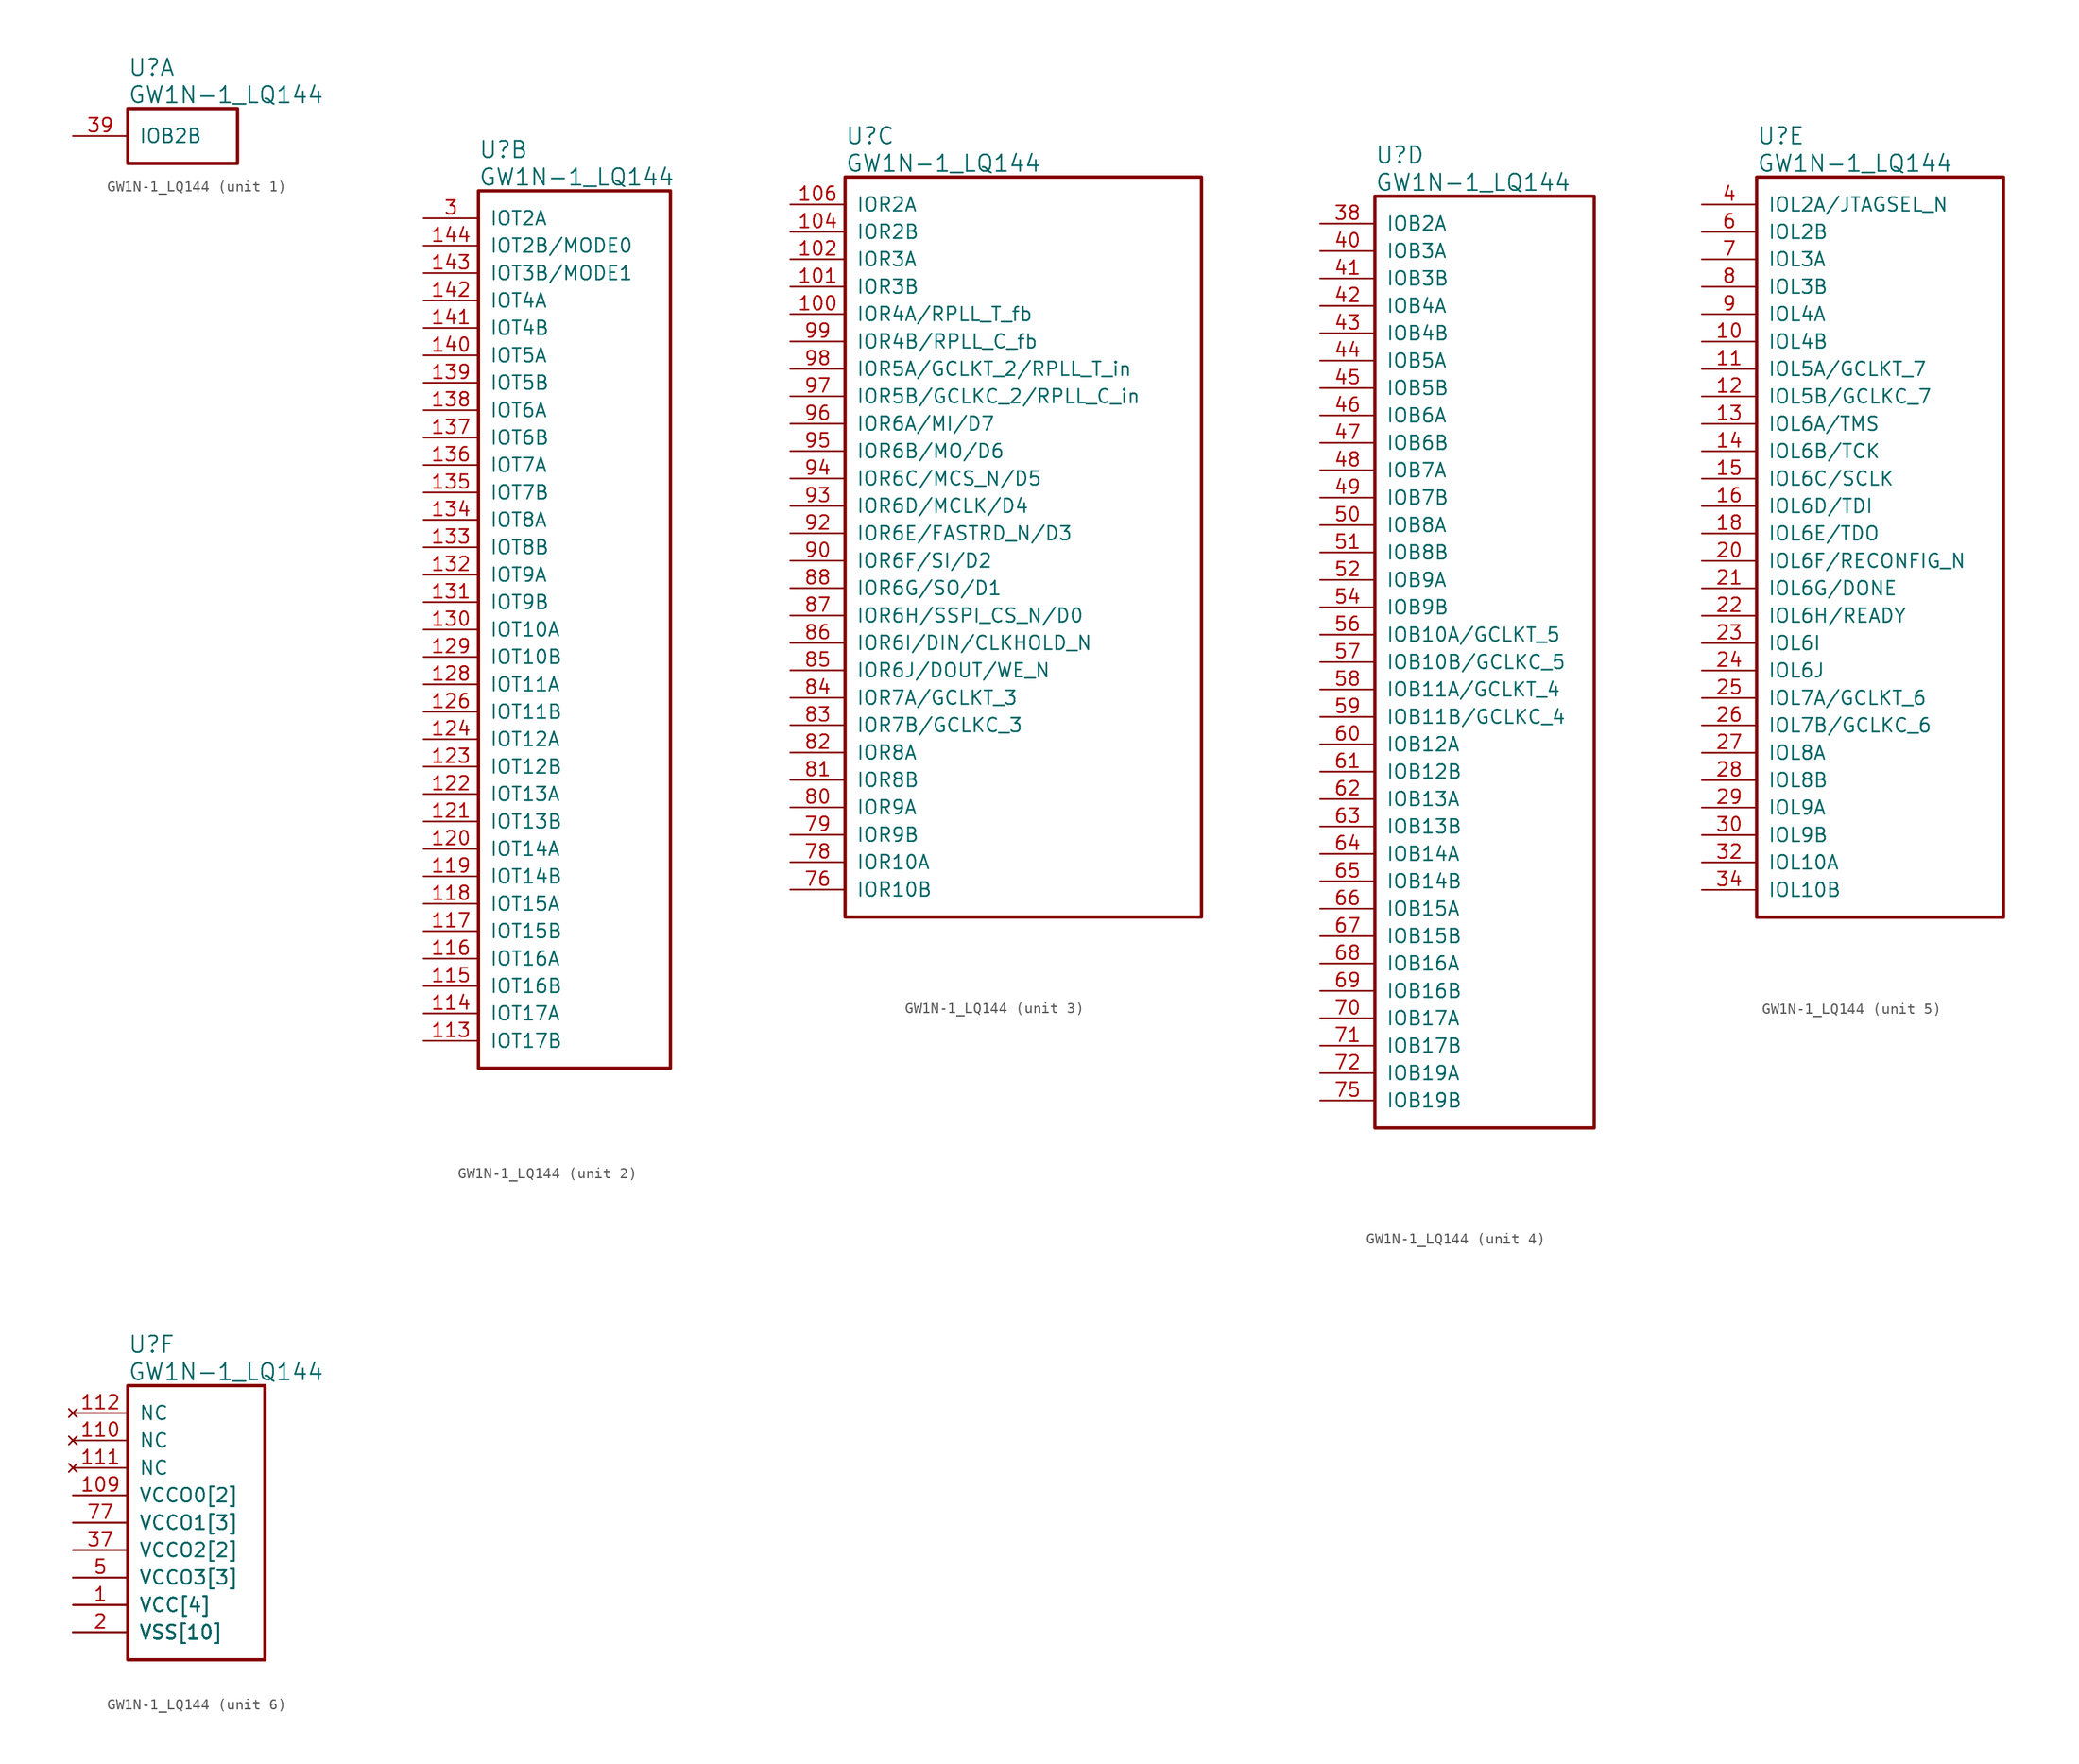
<source format=kicad_sym>
(kicad_symbol_lib
  (version 20220914)
  (generator kicad_symbol_editor)
  (symbol "GW1N-1_LQ144"
    (pin_names
      (offset 1.016))
    (property "Reference" "U"
      (at 5.08 6.35 0)
      (effects (font (size 1.524 1.524)) (justify left)))
    (property "Value" "GW1N-1_LQ144"
      (at 5.08 3.81 0)
      (effects (font (size 1.524 1.524)) (justify left)))
    (property "ki_locked" ""
      (at 0 0 0)
      (effects (font (size 1.27 1.27))))
    (symbol "GW1N-1_LQ144_1_1"
      (rectangle (start 5.08 2.54) (end 15.24 -2.54) (stroke (width 0.305) (type solid)) (fill (type none)))
      (pin bidirectional line (at 0 0 0) (length 5.08) (name "IOB2B" (effects (font (size 1.27 1.27)))) (number "39" (effects (font (size 1.27 1.27))))))
    (symbol "GW1N-1_LQ144_2_1"
      (rectangle (start 5.08 2.54) (end 22.86 -78.74) (stroke (width 0.305) (type solid)) (fill (type none)))
      (pin bidirectional line (at 0 -76.2 0) (length 5.08) (name "IOT17B" (effects (font (size 1.27 1.27)))) (number "113" (effects (font (size 1.27 1.27)))))
      (pin bidirectional line (at 0 -73.66 0) (length 5.08) (name "IOT17A" (effects (font (size 1.27 1.27)))) (number "114" (effects (font (size 1.27 1.27)))))
      (pin bidirectional line (at 0 -71.12 0) (length 5.08) (name "IOT16B" (effects (font (size 1.27 1.27)))) (number "115" (effects (font (size 1.27 1.27)))))
      (pin bidirectional line (at 0 -68.58 0) (length 5.08) (name "IOT16A" (effects (font (size 1.27 1.27)))) (number "116" (effects (font (size 1.27 1.27)))))
      (pin bidirectional line (at 0 -66.04 0) (length 5.08) (name "IOT15B" (effects (font (size 1.27 1.27)))) (number "117" (effects (font (size 1.27 1.27)))))
      (pin bidirectional line (at 0 -63.5 0) (length 5.08) (name "IOT15A" (effects (font (size 1.27 1.27)))) (number "118" (effects (font (size 1.27 1.27)))))
      (pin bidirectional line (at 0 -60.96 0) (length 5.08) (name "IOT14B" (effects (font (size 1.27 1.27)))) (number "119" (effects (font (size 1.27 1.27)))))
      (pin bidirectional line (at 0 -58.42 0) (length 5.08) (name "IOT14A" (effects (font (size 1.27 1.27)))) (number "120" (effects (font (size 1.27 1.27)))))
      (pin bidirectional line (at 0 -55.88 0) (length 5.08) (name "IOT13B" (effects (font (size 1.27 1.27)))) (number "121" (effects (font (size 1.27 1.27)))))
      (pin bidirectional line (at 0 -53.34 0) (length 5.08) (name "IOT13A" (effects (font (size 1.27 1.27)))) (number "122" (effects (font (size 1.27 1.27)))))
      (pin bidirectional line (at 0 -50.8 0) (length 5.08) (name "IOT12B" (effects (font (size 1.27 1.27)))) (number "123" (effects (font (size 1.27 1.27)))))
      (pin bidirectional line (at 0 -48.26 0) (length 5.08) (name "IOT12A" (effects (font (size 1.27 1.27)))) (number "124" (effects (font (size 1.27 1.27)))))
      (pin bidirectional line (at 0 -45.72 0) (length 5.08) (name "IOT11B" (effects (font (size 1.27 1.27)))) (number "126" (effects (font (size 1.27 1.27)))))
      (pin bidirectional line (at 0 -43.18 0) (length 5.08) (name "IOT11A" (effects (font (size 1.27 1.27)))) (number "128" (effects (font (size 1.27 1.27)))))
      (pin bidirectional line (at 0 -40.64 0) (length 5.08) (name "IOT10B" (effects (font (size 1.27 1.27)))) (number "129" (effects (font (size 1.27 1.27)))))
      (pin bidirectional line (at 0 -38.1 0) (length 5.08) (name "IOT10A" (effects (font (size 1.27 1.27)))) (number "130" (effects (font (size 1.27 1.27)))))
      (pin bidirectional line (at 0 -35.56 0) (length 5.08) (name "IOT9B" (effects (font (size 1.27 1.27)))) (number "131" (effects (font (size 1.27 1.27)))))
      (pin bidirectional line (at 0 -33.02 0) (length 5.08) (name "IOT9A" (effects (font (size 1.27 1.27)))) (number "132" (effects (font (size 1.27 1.27)))))
      (pin bidirectional line (at 0 -30.48 0) (length 5.08) (name "IOT8B" (effects (font (size 1.27 1.27)))) (number "133" (effects (font (size 1.27 1.27)))))
      (pin bidirectional line (at 0 -27.94 0) (length 5.08) (name "IOT8A" (effects (font (size 1.27 1.27)))) (number "134" (effects (font (size 1.27 1.27)))))
      (pin bidirectional line (at 0 -25.4 0) (length 5.08) (name "IOT7B" (effects (font (size 1.27 1.27)))) (number "135" (effects (font (size 1.27 1.27)))))
      (pin bidirectional line (at 0 -22.86 0) (length 5.08) (name "IOT7A" (effects (font (size 1.27 1.27)))) (number "136" (effects (font (size 1.27 1.27)))))
      (pin bidirectional line (at 0 -20.32 0) (length 5.08) (name "IOT6B" (effects (font (size 1.27 1.27)))) (number "137" (effects (font (size 1.27 1.27)))))
      (pin bidirectional line (at 0 -17.78 0) (length 5.08) (name "IOT6A" (effects (font (size 1.27 1.27)))) (number "138" (effects (font (size 1.27 1.27)))))
      (pin bidirectional line (at 0 -15.24 0) (length 5.08) (name "IOT5B" (effects (font (size 1.27 1.27)))) (number "139" (effects (font (size 1.27 1.27)))))
      (pin bidirectional line (at 0 -12.7 0) (length 5.08) (name "IOT5A" (effects (font (size 1.27 1.27)))) (number "140" (effects (font (size 1.27 1.27)))))
      (pin bidirectional line (at 0 -10.16 0) (length 5.08) (name "IOT4B" (effects (font (size 1.27 1.27)))) (number "141" (effects (font (size 1.27 1.27)))))
      (pin bidirectional line (at 0 -7.62 0) (length 5.08) (name "IOT4A" (effects (font (size 1.27 1.27)))) (number "142" (effects (font (size 1.27 1.27)))))
      (pin bidirectional line (at 0 -5.08 0) (length 5.08) (name "IOT3B/MODE1" (effects (font (size 1.27 1.27)))) (number "143" (effects (font (size 1.27 1.27)))))
      (pin bidirectional line (at 0 -2.54 0) (length 5.08) (name "IOT2B/MODE0" (effects (font (size 1.27 1.27)))) (number "144" (effects (font (size 1.27 1.27)))))
      (pin bidirectional line (at 0 0 0) (length 5.08) (name "IOT2A" (effects (font (size 1.27 1.27)))) (number "3" (effects (font (size 1.27 1.27))))))
    (symbol "GW1N-1_LQ144_3_1"
      (rectangle (start 5.08 2.54) (end 38.1 -66.04) (stroke (width 0.305) (type solid)) (fill (type none)))
      (pin bidirectional line (at 0 -10.16 0) (length 5.08) (name "IOR4A/RPLL_T_fb" (effects (font (size 1.27 1.27)))) (number "100" (effects (font (size 1.27 1.27)))))
      (pin bidirectional line (at 0 -7.62 0) (length 5.08) (name "IOR3B" (effects (font (size 1.27 1.27)))) (number "101" (effects (font (size 1.27 1.27)))))
      (pin bidirectional line (at 0 -5.08 0) (length 5.08) (name "IOR3A" (effects (font (size 1.27 1.27)))) (number "102" (effects (font (size 1.27 1.27)))))
      (pin bidirectional line (at 0 -2.54 0) (length 5.08) (name "IOR2B" (effects (font (size 1.27 1.27)))) (number "104" (effects (font (size 1.27 1.27)))))
      (pin bidirectional line (at 0 0 0) (length 5.08) (name "IOR2A" (effects (font (size 1.27 1.27)))) (number "106" (effects (font (size 1.27 1.27)))))
      (pin bidirectional line (at 0 -63.5 0) (length 5.08) (name "IOR10B" (effects (font (size 1.27 1.27)))) (number "76" (effects (font (size 1.27 1.27)))))
      (pin bidirectional line (at 0 -60.96 0) (length 5.08) (name "IOR10A" (effects (font (size 1.27 1.27)))) (number "78" (effects (font (size 1.27 1.27)))))
      (pin bidirectional line (at 0 -58.42 0) (length 5.08) (name "IOR9B" (effects (font (size 1.27 1.27)))) (number "79" (effects (font (size 1.27 1.27)))))
      (pin bidirectional line (at 0 -55.88 0) (length 5.08) (name "IOR9A" (effects (font (size 1.27 1.27)))) (number "80" (effects (font (size 1.27 1.27)))))
      (pin bidirectional line (at 0 -53.34 0) (length 5.08) (name "IOR8B" (effects (font (size 1.27 1.27)))) (number "81" (effects (font (size 1.27 1.27)))))
      (pin bidirectional line (at 0 -50.8 0) (length 5.08) (name "IOR8A" (effects (font (size 1.27 1.27)))) (number "82" (effects (font (size 1.27 1.27)))))
      (pin bidirectional line (at 0 -48.26 0) (length 5.08) (name "IOR7B/GCLKC_3" (effects (font (size 1.27 1.27)))) (number "83" (effects (font (size 1.27 1.27)))))
      (pin bidirectional line (at 0 -45.72 0) (length 5.08) (name "IOR7A/GCLKT_3" (effects (font (size 1.27 1.27)))) (number "84" (effects (font (size 1.27 1.27)))))
      (pin bidirectional line (at 0 -43.18 0) (length 5.08) (name "IOR6J/DOUT/WE_N" (effects (font (size 1.27 1.27)))) (number "85" (effects (font (size 1.27 1.27)))))
      (pin bidirectional line (at 0 -40.64 0) (length 5.08) (name "IOR6I/DIN/CLKHOLD_N" (effects (font (size 1.27 1.27)))) (number "86" (effects (font (size 1.27 1.27)))))
      (pin bidirectional line (at 0 -38.1 0) (length 5.08) (name "IOR6H/SSPI_CS_N/D0" (effects (font (size 1.27 1.27)))) (number "87" (effects (font (size 1.27 1.27)))))
      (pin bidirectional line (at 0 -35.56 0) (length 5.08) (name "IOR6G/SO/D1" (effects (font (size 1.27 1.27)))) (number "88" (effects (font (size 1.27 1.27)))))
      (pin bidirectional line (at 0 -33.02 0) (length 5.08) (name "IOR6F/SI/D2" (effects (font (size 1.27 1.27)))) (number "90" (effects (font (size 1.27 1.27)))))
      (pin bidirectional line (at 0 -30.48 0) (length 5.08) (name "IOR6E/FASTRD_N/D3" (effects (font (size 1.27 1.27)))) (number "92" (effects (font (size 1.27 1.27)))))
      (pin bidirectional line (at 0 -27.94 0) (length 5.08) (name "IOR6D/MCLK/D4" (effects (font (size 1.27 1.27)))) (number "93" (effects (font (size 1.27 1.27)))))
      (pin bidirectional line (at 0 -25.4 0) (length 5.08) (name "IOR6C/MCS_N/D5" (effects (font (size 1.27 1.27)))) (number "94" (effects (font (size 1.27 1.27)))))
      (pin bidirectional line (at 0 -22.86 0) (length 5.08) (name "IOR6B/MO/D6" (effects (font (size 1.27 1.27)))) (number "95" (effects (font (size 1.27 1.27)))))
      (pin bidirectional line (at 0 -20.32 0) (length 5.08) (name "IOR6A/MI/D7" (effects (font (size 1.27 1.27)))) (number "96" (effects (font (size 1.27 1.27)))))
      (pin bidirectional line (at 0 -17.78 0) (length 5.08) (name "IOR5B/GCLKC_2/RPLL_C_in" (effects (font (size 1.27 1.27)))) (number "97" (effects (font (size 1.27 1.27)))))
      (pin bidirectional line (at 0 -15.24 0) (length 5.08) (name "IOR5A/GCLKT_2/RPLL_T_in" (effects (font (size 1.27 1.27)))) (number "98" (effects (font (size 1.27 1.27)))))
      (pin bidirectional line (at 0 -12.7 0) (length 5.08) (name "IOR4B/RPLL_C_fb" (effects (font (size 1.27 1.27)))) (number "99" (effects (font (size 1.27 1.27))))))
    (symbol "GW1N-1_LQ144_4_1"
      (rectangle (start 5.08 2.54) (end 25.4 -83.82) (stroke (width 0.305) (type solid)) (fill (type none)))
      (pin bidirectional line (at 0 0 0) (length 5.08) (name "IOB2A" (effects (font (size 1.27 1.27)))) (number "38" (effects (font (size 1.27 1.27)))))
      (pin bidirectional line (at 0 -2.54 0) (length 5.08) (name "IOB3A" (effects (font (size 1.27 1.27)))) (number "40" (effects (font (size 1.27 1.27)))))
      (pin bidirectional line (at 0 -5.08 0) (length 5.08) (name "IOB3B" (effects (font (size 1.27 1.27)))) (number "41" (effects (font (size 1.27 1.27)))))
      (pin bidirectional line (at 0 -7.62 0) (length 5.08) (name "IOB4A" (effects (font (size 1.27 1.27)))) (number "42" (effects (font (size 1.27 1.27)))))
      (pin bidirectional line (at 0 -10.16 0) (length 5.08) (name "IOB4B" (effects (font (size 1.27 1.27)))) (number "43" (effects (font (size 1.27 1.27)))))
      (pin bidirectional line (at 0 -12.7 0) (length 5.08) (name "IOB5A" (effects (font (size 1.27 1.27)))) (number "44" (effects (font (size 1.27 1.27)))))
      (pin bidirectional line (at 0 -15.24 0) (length 5.08) (name "IOB5B" (effects (font (size 1.27 1.27)))) (number "45" (effects (font (size 1.27 1.27)))))
      (pin bidirectional line (at 0 -17.78 0) (length 5.08) (name "IOB6A" (effects (font (size 1.27 1.27)))) (number "46" (effects (font (size 1.27 1.27)))))
      (pin bidirectional line (at 0 -20.32 0) (length 5.08) (name "IOB6B" (effects (font (size 1.27 1.27)))) (number "47" (effects (font (size 1.27 1.27)))))
      (pin bidirectional line (at 0 -22.86 0) (length 5.08) (name "IOB7A" (effects (font (size 1.27 1.27)))) (number "48" (effects (font (size 1.27 1.27)))))
      (pin bidirectional line (at 0 -25.4 0) (length 5.08) (name "IOB7B" (effects (font (size 1.27 1.27)))) (number "49" (effects (font (size 1.27 1.27)))))
      (pin bidirectional line (at 0 -27.94 0) (length 5.08) (name "IOB8A" (effects (font (size 1.27 1.27)))) (number "50" (effects (font (size 1.27 1.27)))))
      (pin bidirectional line (at 0 -30.48 0) (length 5.08) (name "IOB8B" (effects (font (size 1.27 1.27)))) (number "51" (effects (font (size 1.27 1.27)))))
      (pin bidirectional line (at 0 -33.02 0) (length 5.08) (name "IOB9A" (effects (font (size 1.27 1.27)))) (number "52" (effects (font (size 1.27 1.27)))))
      (pin bidirectional line (at 0 -35.56 0) (length 5.08) (name "IOB9B" (effects (font (size 1.27 1.27)))) (number "54" (effects (font (size 1.27 1.27)))))
      (pin bidirectional line (at 0 -38.1 0) (length 5.08) (name "IOB10A/GCLKT_5" (effects (font (size 1.27 1.27)))) (number "56" (effects (font (size 1.27 1.27)))))
      (pin bidirectional line (at 0 -40.64 0) (length 5.08) (name "IOB10B/GCLKC_5" (effects (font (size 1.27 1.27)))) (number "57" (effects (font (size 1.27 1.27)))))
      (pin bidirectional line (at 0 -43.18 0) (length 5.08) (name "IOB11A/GCLKT_4" (effects (font (size 1.27 1.27)))) (number "58" (effects (font (size 1.27 1.27)))))
      (pin bidirectional line (at 0 -45.72 0) (length 5.08) (name "IOB11B/GCLKC_4" (effects (font (size 1.27 1.27)))) (number "59" (effects (font (size 1.27 1.27)))))
      (pin bidirectional line (at 0 -48.26 0) (length 5.08) (name "IOB12A" (effects (font (size 1.27 1.27)))) (number "60" (effects (font (size 1.27 1.27)))))
      (pin bidirectional line (at 0 -50.8 0) (length 5.08) (name "IOB12B" (effects (font (size 1.27 1.27)))) (number "61" (effects (font (size 1.27 1.27)))))
      (pin bidirectional line (at 0 -53.34 0) (length 5.08) (name "IOB13A" (effects (font (size 1.27 1.27)))) (number "62" (effects (font (size 1.27 1.27)))))
      (pin bidirectional line (at 0 -55.88 0) (length 5.08) (name "IOB13B" (effects (font (size 1.27 1.27)))) (number "63" (effects (font (size 1.27 1.27)))))
      (pin bidirectional line (at 0 -58.42 0) (length 5.08) (name "IOB14A" (effects (font (size 1.27 1.27)))) (number "64" (effects (font (size 1.27 1.27)))))
      (pin bidirectional line (at 0 -60.96 0) (length 5.08) (name "IOB14B" (effects (font (size 1.27 1.27)))) (number "65" (effects (font (size 1.27 1.27)))))
      (pin bidirectional line (at 0 -63.5 0) (length 5.08) (name "IOB15A" (effects (font (size 1.27 1.27)))) (number "66" (effects (font (size 1.27 1.27)))))
      (pin bidirectional line (at 0 -66.04 0) (length 5.08) (name "IOB15B" (effects (font (size 1.27 1.27)))) (number "67" (effects (font (size 1.27 1.27)))))
      (pin bidirectional line (at 0 -68.58 0) (length 5.08) (name "IOB16A" (effects (font (size 1.27 1.27)))) (number "68" (effects (font (size 1.27 1.27)))))
      (pin bidirectional line (at 0 -71.12 0) (length 5.08) (name "IOB16B" (effects (font (size 1.27 1.27)))) (number "69" (effects (font (size 1.27 1.27)))))
      (pin bidirectional line (at 0 -73.66 0) (length 5.08) (name "IOB17A" (effects (font (size 1.27 1.27)))) (number "70" (effects (font (size 1.27 1.27)))))
      (pin bidirectional line (at 0 -76.2 0) (length 5.08) (name "IOB17B" (effects (font (size 1.27 1.27)))) (number "71" (effects (font (size 1.27 1.27)))))
      (pin bidirectional line (at 0 -78.74 0) (length 5.08) (name "IOB19A" (effects (font (size 1.27 1.27)))) (number "72" (effects (font (size 1.27 1.27)))))
      (pin bidirectional line (at 0 -81.28 0) (length 5.08) (name "IOB19B" (effects (font (size 1.27 1.27)))) (number "75" (effects (font (size 1.27 1.27))))))
    (symbol "GW1N-1_LQ144_5_1"
      (rectangle (start 5.08 2.54) (end 27.94 -66.04) (stroke (width 0.305) (type solid)) (fill (type none)))
      (pin bidirectional line (at 0 -12.7 0) (length 5.08) (name "IOL4B" (effects (font (size 1.27 1.27)))) (number "10" (effects (font (size 1.27 1.27)))))
      (pin bidirectional line (at 0 -15.24 0) (length 5.08) (name "IOL5A/GCLKT_7" (effects (font (size 1.27 1.27)))) (number "11" (effects (font (size 1.27 1.27)))))
      (pin bidirectional line (at 0 -17.78 0) (length 5.08) (name "IOL5B/GCLKC_7" (effects (font (size 1.27 1.27)))) (number "12" (effects (font (size 1.27 1.27)))))
      (pin bidirectional line (at 0 -20.32 0) (length 5.08) (name "IOL6A/TMS" (effects (font (size 1.27 1.27)))) (number "13" (effects (font (size 1.27 1.27)))))
      (pin bidirectional line (at 0 -22.86 0) (length 5.08) (name "IOL6B/TCK" (effects (font (size 1.27 1.27)))) (number "14" (effects (font (size 1.27 1.27)))))
      (pin bidirectional line (at 0 -25.4 0) (length 5.08) (name "IOL6C/SCLK" (effects (font (size 1.27 1.27)))) (number "15" (effects (font (size 1.27 1.27)))))
      (pin bidirectional line (at 0 -27.94 0) (length 5.08) (name "IOL6D/TDI" (effects (font (size 1.27 1.27)))) (number "16" (effects (font (size 1.27 1.27)))))
      (pin bidirectional line (at 0 -30.48 0) (length 5.08) (name "IOL6E/TDO" (effects (font (size 1.27 1.27)))) (number "18" (effects (font (size 1.27 1.27)))))
      (pin bidirectional line (at 0 -33.02 0) (length 5.08) (name "IOL6F/RECONFIG_N" (effects (font (size 1.27 1.27)))) (number "20" (effects (font (size 1.27 1.27)))))
      (pin bidirectional line (at 0 -35.56 0) (length 5.08) (name "IOL6G/DONE" (effects (font (size 1.27 1.27)))) (number "21" (effects (font (size 1.27 1.27)))))
      (pin bidirectional line (at 0 -38.1 0) (length 5.08) (name "IOL6H/READY" (effects (font (size 1.27 1.27)))) (number "22" (effects (font (size 1.27 1.27)))))
      (pin bidirectional line (at 0 -40.64 0) (length 5.08) (name "IOL6I" (effects (font (size 1.27 1.27)))) (number "23" (effects (font (size 1.27 1.27)))))
      (pin bidirectional line (at 0 -43.18 0) (length 5.08) (name "IOL6J" (effects (font (size 1.27 1.27)))) (number "24" (effects (font (size 1.27 1.27)))))
      (pin bidirectional line (at 0 -45.72 0) (length 5.08) (name "IOL7A/GCLKT_6" (effects (font (size 1.27 1.27)))) (number "25" (effects (font (size 1.27 1.27)))))
      (pin bidirectional line (at 0 -48.26 0) (length 5.08) (name "IOL7B/GCLKC_6" (effects (font (size 1.27 1.27)))) (number "26" (effects (font (size 1.27 1.27)))))
      (pin bidirectional line (at 0 -50.8 0) (length 5.08) (name "IOL8A" (effects (font (size 1.27 1.27)))) (number "27" (effects (font (size 1.27 1.27)))))
      (pin bidirectional line (at 0 -53.34 0) (length 5.08) (name "IOL8B" (effects (font (size 1.27 1.27)))) (number "28" (effects (font (size 1.27 1.27)))))
      (pin bidirectional line (at 0 -55.88 0) (length 5.08) (name "IOL9A" (effects (font (size 1.27 1.27)))) (number "29" (effects (font (size 1.27 1.27)))))
      (pin bidirectional line (at 0 -58.42 0) (length 5.08) (name "IOL9B" (effects (font (size 1.27 1.27)))) (number "30" (effects (font (size 1.27 1.27)))))
      (pin bidirectional line (at 0 -60.96 0) (length 5.08) (name "IOL10A" (effects (font (size 1.27 1.27)))) (number "32" (effects (font (size 1.27 1.27)))))
      (pin bidirectional line (at 0 -63.5 0) (length 5.08) (name "IOL10B" (effects (font (size 1.27 1.27)))) (number "34" (effects (font (size 1.27 1.27)))))
      (pin bidirectional line (at 0 0 0) (length 5.08) (name "IOL2A/JTAGSEL_N" (effects (font (size 1.27 1.27)))) (number "4" (effects (font (size 1.27 1.27)))))
      (pin bidirectional line (at 0 -2.54 0) (length 5.08) (name "IOL2B" (effects (font (size 1.27 1.27)))) (number "6" (effects (font (size 1.27 1.27)))))
      (pin bidirectional line (at 0 -5.08 0) (length 5.08) (name "IOL3A" (effects (font (size 1.27 1.27)))) (number "7" (effects (font (size 1.27 1.27)))))
      (pin bidirectional line (at 0 -7.62 0) (length 5.08) (name "IOL3B" (effects (font (size 1.27 1.27)))) (number "8" (effects (font (size 1.27 1.27)))))
      (pin bidirectional line (at 0 -10.16 0) (length 5.08) (name "IOL4A" (effects (font (size 1.27 1.27)))) (number "9" (effects (font (size 1.27 1.27))))))
    (symbol "GW1N-1_LQ144_6_1"
      (rectangle (start 5.08 2.54) (end 17.78 -22.86) (stroke (width 0.305) (type solid)) (fill (type none)))
      (pin power_in line (at 0 -17.78 0) (length 5.08) (name "VCC[4]" (effects (font (size 1.27 1.27)))) (number "1" (effects (font (size 1.27 1.27)))))
      (pin power_in line (at 0 -10.16 0) (length 5.08) (name "VCCO1[3]" (effects (font (size 1.27 1.27)))) (number "103" (effects (font (size 0 0)))))
      (pin power_in line (at 0 -20.32 0) (length 5.08) (name "VSS[10]" (effects (font (size 1.27 1.27)))) (number "105" (effects (font (size 0 0)))))
      (pin power_in line (at 0 -20.32 0) (length 5.08) (name "VSS[10]" (effects (font (size 1.27 1.27)))) (number "107" (effects (font (size 0 0)))))
      (pin power_in line (at 0 -17.78 0) (length 5.08) (name "VCC[4]" (effects (font (size 1.27 1.27)))) (number "108" (effects (font (size 0 0)))))
      (pin power_in line (at 0 -7.62 0) (length 5.08) (name "VCCO0[2]" (effects (font (size 1.27 1.27)))) (number "109" (effects (font (size 1.27 1.27)))))
      (pin no_connect line (at 0 -2.54 0) (length 5.08) (name "NC" (effects (font (size 1.27 1.27)))) (number "110" (effects (font (size 1.27 1.27)))))
      (pin no_connect line (at 0 -5.08 0) (length 5.08) (name "NC" (effects (font (size 1.27 1.27)))) (number "111" (effects (font (size 1.27 1.27)))))
      (pin no_connect line (at 0 0 0) (length 5.08) (name "NC" (effects (font (size 1.27 1.27)))) (number "112" (effects (font (size 1.27 1.27)))))
      (pin power_in line (at 0 -20.32 0) (length 5.08) (name "VSS[10]" (effects (font (size 1.27 1.27)))) (number "125" (effects (font (size 0 0)))))
      (pin power_in line (at 0 -7.62 0) (length 5.08) (name "VCCO0[2]" (effects (font (size 1.27 1.27)))) (number "127" (effects (font (size 0 0)))))
      (pin power_in line (at 0 -20.32 0) (length 5.08) (name "VSS[10]" (effects (font (size 1.27 1.27)))) (number "17" (effects (font (size 0 0)))))
      (pin power_in line (at 0 -15.24 0) (length 5.08) (name "VCCO3[3]" (effects (font (size 1.27 1.27)))) (number "19" (effects (font (size 0 0)))))
      (pin power_in line (at 0 -20.32 0) (length 5.08) (name "VSS[10]" (effects (font (size 1.27 1.27)))) (number "2" (effects (font (size 1.27 1.27)))))
      (pin power_in line (at 0 -15.24 0) (length 5.08) (name "VCCO3[3]" (effects (font (size 1.27 1.27)))) (number "31" (effects (font (size 0 0)))))
      (pin power_in line (at 0 -20.32 0) (length 5.08) (name "VSS[10]" (effects (font (size 1.27 1.27)))) (number "33" (effects (font (size 0 0)))))
      (pin power_in line (at 0 -20.32 0) (length 5.08) (name "VSS[10]" (effects (font (size 1.27 1.27)))) (number "35" (effects (font (size 0 0)))))
      (pin power_in line (at 0 -17.78 0) (length 5.08) (name "VCC[4]" (effects (font (size 1.27 1.27)))) (number "36" (effects (font (size 0 0)))))
      (pin power_in line (at 0 -12.7 0) (length 5.08) (name "VCCO2[2]" (effects (font (size 1.27 1.27)))) (number "37" (effects (font (size 1.27 1.27)))))
      (pin power_in line (at 0 -15.24 0) (length 5.08) (name "VCCO3[3]" (effects (font (size 1.27 1.27)))) (number "5" (effects (font (size 1.27 1.27)))))
      (pin power_in line (at 0 -20.32 0) (length 5.08) (name "VSS[10]" (effects (font (size 1.27 1.27)))) (number "53" (effects (font (size 0 0)))))
      (pin power_in line (at 0 -12.7 0) (length 5.08) (name "VCCO2[2]" (effects (font (size 1.27 1.27)))) (number "55" (effects (font (size 0 0)))))
      (pin power_in line (at 0 -17.78 0) (length 5.08) (name "VCC[4]" (effects (font (size 1.27 1.27)))) (number "73" (effects (font (size 0 0)))))
      (pin power_in line (at 0 -20.32 0) (length 5.08) (name "VSS[10]" (effects (font (size 1.27 1.27)))) (number "74" (effects (font (size 0 0)))))
      (pin power_in line (at 0 -10.16 0) (length 5.08) (name "VCCO1[3]" (effects (font (size 1.27 1.27)))) (number "77" (effects (font (size 1.27 1.27)))))
      (pin power_in line (at 0 -20.32 0) (length 5.08) (name "VSS[10]" (effects (font (size 1.27 1.27)))) (number "89" (effects (font (size 0 0)))))
      (pin power_in line (at 0 -10.16 0) (length 5.08) (name "VCCO1[3]" (effects (font (size 1.27 1.27)))) (number "91" (effects (font (size 0 0))))))))
</source>
